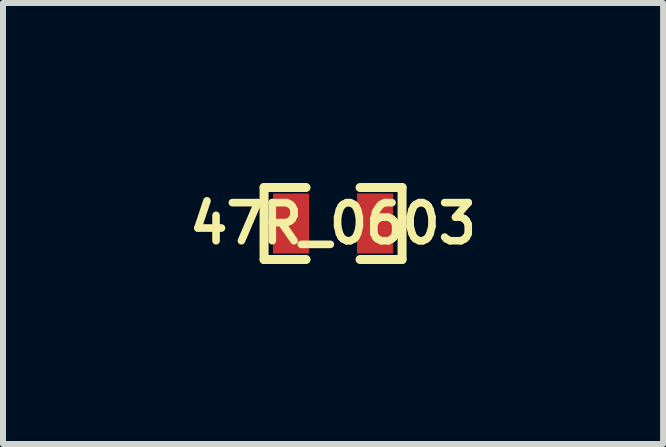
<source format=kicad_pcb>
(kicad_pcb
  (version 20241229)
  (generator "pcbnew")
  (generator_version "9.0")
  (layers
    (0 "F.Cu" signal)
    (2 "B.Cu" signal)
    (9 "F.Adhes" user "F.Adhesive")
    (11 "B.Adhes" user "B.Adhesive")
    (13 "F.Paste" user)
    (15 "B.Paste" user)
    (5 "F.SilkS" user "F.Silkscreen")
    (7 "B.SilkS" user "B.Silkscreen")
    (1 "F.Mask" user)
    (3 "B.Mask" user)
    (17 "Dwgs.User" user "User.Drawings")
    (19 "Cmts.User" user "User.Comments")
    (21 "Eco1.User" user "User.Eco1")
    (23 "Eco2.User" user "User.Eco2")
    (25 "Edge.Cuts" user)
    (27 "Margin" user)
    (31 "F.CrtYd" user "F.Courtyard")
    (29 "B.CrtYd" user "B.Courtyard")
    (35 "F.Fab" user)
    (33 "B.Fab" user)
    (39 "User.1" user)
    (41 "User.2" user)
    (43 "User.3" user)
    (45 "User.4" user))
  (footprint "47R_0603"
    (layer "F.Cu")
    (at 2.501 0.675)
    (property "Reference" "47R_0603" (at 0 0 0) (layer "F.SilkS") (effects (font (size 0.635 0.635) (thickness 0.127))))
    (attr smd)
    (fp_line (start -1.15 -0.6) (end -1.15 0.6) (stroke (width 0.15) (type solid)) (layer "F.SilkS"))
    (fp_line (start -1.15 0.6) (end -0.45 0.6) (stroke (width 0.15) (type solid)) (layer "F.SilkS"))
    (fp_line (start -0.45 -0.6) (end -1.15 -0.6) (stroke (width 0.15) (type solid)) (layer "F.SilkS"))
    (fp_line (start 0.45 -0.6) (end 1.15 -0.6) (stroke (width 0.15) (type solid)) (layer "F.SilkS"))
    (fp_line (start 1.15 -0.6) (end 1.15 0.6) (stroke (width 0.15) (type solid)) (layer "F.SilkS"))
    (fp_line (start 1.15 0.6) (end 0.45 0.6) (stroke (width 0.15) (type solid)) (layer "F.SilkS"))
    (pad "1" smd rect (at -0.7 0) (size 0.6 1) (layers "F.Cu" "F.Mask" "F.Paste"))
    (pad "2" smd rect (at 0.7 0) (size 0.6 1) (layers "F.Cu" "F.Mask" "F.Paste")))
  (gr_rect
    (start -3 -3)
    (end 8.001 4.35)
    (stroke (width 0.1) (type default))
    (fill no)
    (layer "Edge.Cuts")))
</source>
